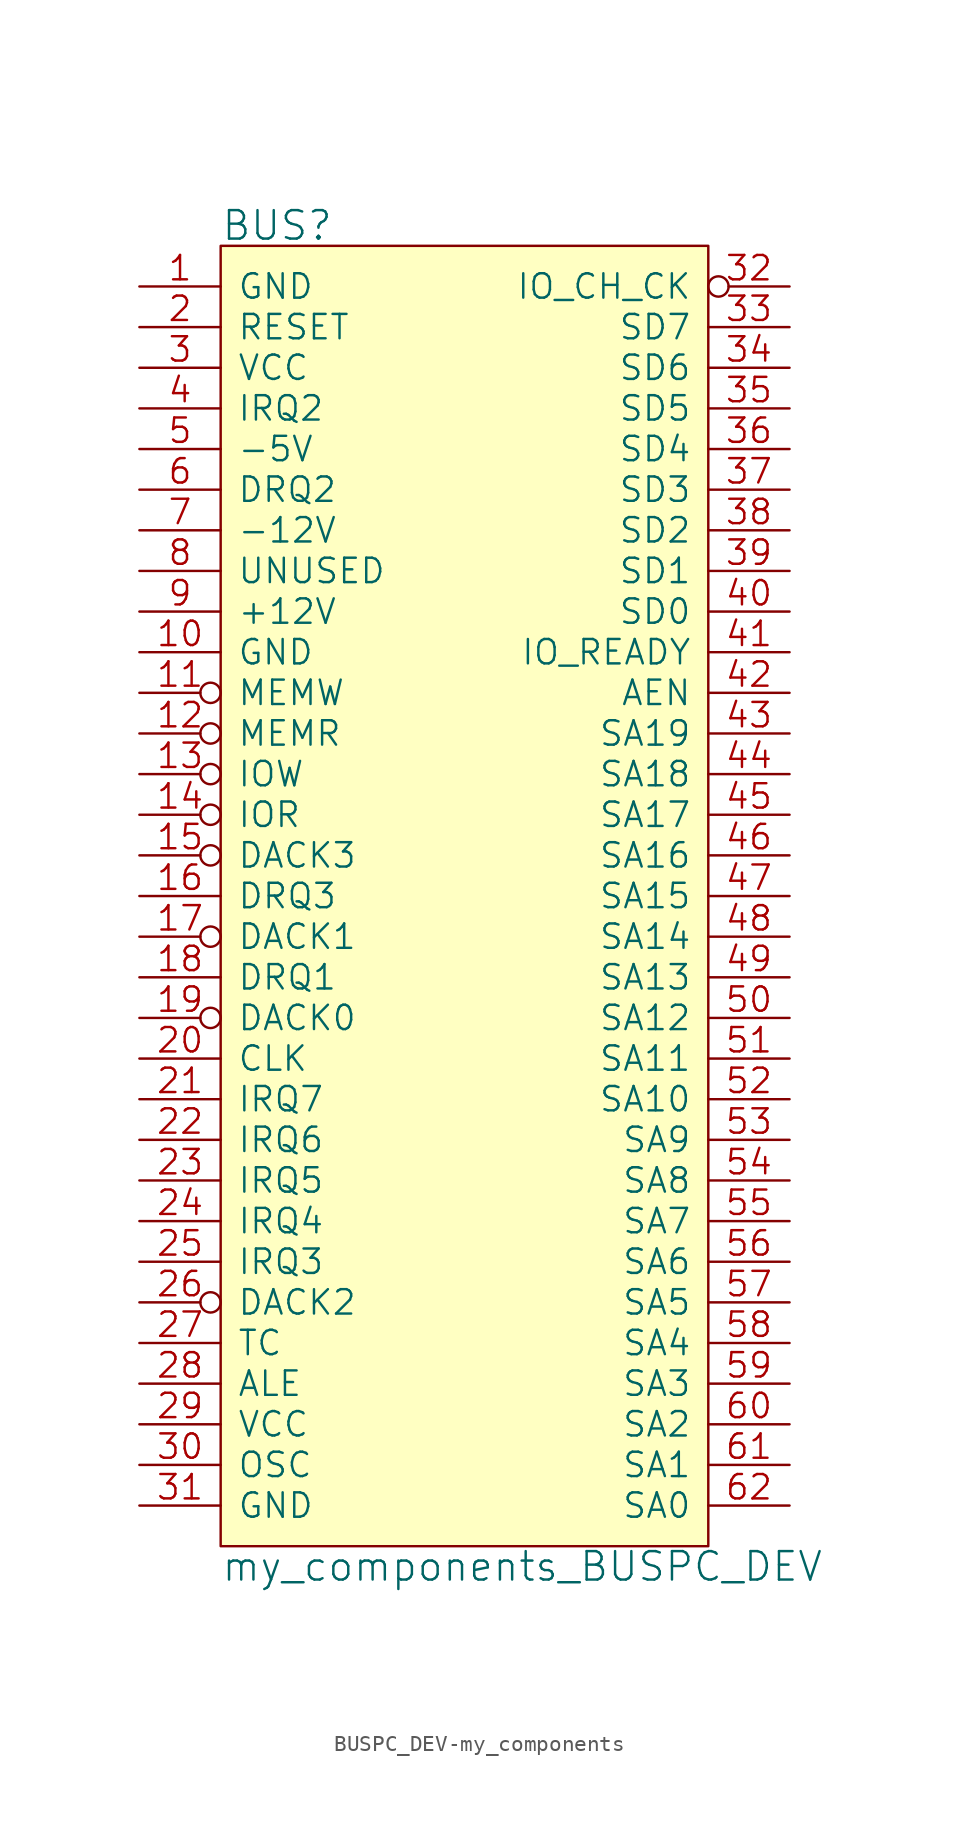
<source format=kicad_sym>
(kicad_symbol_lib
  (version 20220914)
  (generator kicad_symbol_editor)
  (symbol "BUSPC_DEV-my_components"
    (pin_names
      (offset 1.016))
    (property "Reference" "BUS"
      (at -15.24 41.91 0)
      (effects (font (size 1.778 1.778)) (justify left)))
    (property "Value" "my_components_BUSPC_DEV"
      (at -15.24 -41.91 0)
      (effects (font (size 1.778 1.778)) (justify left)))
    (property "Footprint" ""
      (at 0 0 0)
      (effects (font (size 1.524 1.524))))
    (property "Datasheet" ""
      (at 0 0 0)
      (effects (font (size 1.524 1.524))))
    (symbol "BUSPC_DEV-my_components_0_1"
      (rectangle (start -15.24 -40.64) (end 15.24 40.64) (stroke (width 0) (type solid)) (fill (type background))))
    (symbol "BUSPC_DEV-my_components_1_1"
      (pin power_out line (at -20.32 38.1 0) (length 5.08) (name "GND" (effects (font (size 1.524 1.524)))) (number "1" (effects (font (size 1.524 1.524)))))
      (pin power_in line (at -20.32 15.24 0) (length 5.08) (name "GND" (effects (font (size 1.524 1.524)))) (number "10" (effects (font (size 1.524 1.524)))))
      (pin output inverted (at -20.32 12.7 0) (length 5.08) (name "MEMW" (effects (font (size 1.524 1.524)))) (number "11" (effects (font (size 1.524 1.524)))))
      (pin output inverted (at -20.32 10.16 0) (length 5.08) (name "MEMR" (effects (font (size 1.524 1.524)))) (number "12" (effects (font (size 1.524 1.524)))))
      (pin output inverted (at -20.32 7.62 0) (length 5.08) (name "IOW" (effects (font (size 1.524 1.524)))) (number "13" (effects (font (size 1.524 1.524)))))
      (pin output inverted (at -20.32 5.08 0) (length 5.08) (name "IOR" (effects (font (size 1.524 1.524)))) (number "14" (effects (font (size 1.524 1.524)))))
      (pin output inverted (at -20.32 2.54 0) (length 5.08) (name "DACK3" (effects (font (size 1.524 1.524)))) (number "15" (effects (font (size 1.524 1.524)))))
      (pin input line (at -20.32 0 0) (length 5.08) (name "DRQ3" (effects (font (size 1.524 1.524)))) (number "16" (effects (font (size 1.524 1.524)))))
      (pin output inverted (at -20.32 -2.54 0) (length 5.08) (name "DACK1" (effects (font (size 1.524 1.524)))) (number "17" (effects (font (size 1.524 1.524)))))
      (pin input line (at -20.32 -5.08 0) (length 5.08) (name "DRQ1" (effects (font (size 1.524 1.524)))) (number "18" (effects (font (size 1.524 1.524)))))
      (pin output inverted (at -20.32 -7.62 0) (length 5.08) (name "DACK0" (effects (font (size 1.524 1.524)))) (number "19" (effects (font (size 1.524 1.524)))))
      (pin output line (at -20.32 35.56 0) (length 5.08) (name "RESET" (effects (font (size 1.524 1.524)))) (number "2" (effects (font (size 1.524 1.524)))))
      (pin output line (at -20.32 -10.16 0) (length 5.08) (name "CLK" (effects (font (size 1.524 1.524)))) (number "20" (effects (font (size 1.524 1.524)))))
      (pin input line (at -20.32 -12.7 0) (length 5.08) (name "IRQ7" (effects (font (size 1.524 1.524)))) (number "21" (effects (font (size 1.524 1.524)))))
      (pin input line (at -20.32 -15.24 0) (length 5.08) (name "IRQ6" (effects (font (size 1.524 1.524)))) (number "22" (effects (font (size 1.524 1.524)))))
      (pin input line (at -20.32 -17.78 0) (length 5.08) (name "IRQ5" (effects (font (size 1.524 1.524)))) (number "23" (effects (font (size 1.524 1.524)))))
      (pin input line (at -20.32 -20.32 0) (length 5.08) (name "IRQ4" (effects (font (size 1.524 1.524)))) (number "24" (effects (font (size 1.524 1.524)))))
      (pin input line (at -20.32 -22.86 0) (length 5.08) (name "IRQ3" (effects (font (size 1.524 1.524)))) (number "25" (effects (font (size 1.524 1.524)))))
      (pin output inverted (at -20.32 -25.4 0) (length 5.08) (name "DACK2" (effects (font (size 1.524 1.524)))) (number "26" (effects (font (size 1.524 1.524)))))
      (pin output line (at -20.32 -27.94 0) (length 5.08) (name "TC" (effects (font (size 1.524 1.524)))) (number "27" (effects (font (size 1.524 1.524)))))
      (pin output line (at -20.32 -30.48 0) (length 5.08) (name "ALE" (effects (font (size 1.524 1.524)))) (number "28" (effects (font (size 1.524 1.524)))))
      (pin power_in line (at -20.32 -33.02 0) (length 5.08) (name "VCC" (effects (font (size 1.524 1.524)))) (number "29" (effects (font (size 1.524 1.524)))))
      (pin power_out line (at -20.32 33.02 0) (length 5.08) (name "VCC" (effects (font (size 1.524 1.524)))) (number "3" (effects (font (size 1.524 1.524)))))
      (pin output line (at -20.32 -35.56 0) (length 5.08) (name "OSC" (effects (font (size 1.524 1.524)))) (number "30" (effects (font (size 1.524 1.524)))))
      (pin power_in line (at -20.32 -38.1 0) (length 5.08) (name "GND" (effects (font (size 1.524 1.524)))) (number "31" (effects (font (size 1.524 1.524)))))
      (pin input inverted (at 20.32 38.1 180) (length 5.08) (name "IO_CH_CK" (effects (font (size 1.524 1.524)))) (number "32" (effects (font (size 1.524 1.524)))))
      (pin bidirectional line (at 20.32 35.56 180) (length 5.08) (name "SD7" (effects (font (size 1.524 1.524)))) (number "33" (effects (font (size 1.524 1.524)))))
      (pin bidirectional line (at 20.32 33.02 180) (length 5.08) (name "SD6" (effects (font (size 1.524 1.524)))) (number "34" (effects (font (size 1.524 1.524)))))
      (pin bidirectional line (at 20.32 30.48 180) (length 5.08) (name "SD5" (effects (font (size 1.524 1.524)))) (number "35" (effects (font (size 1.524 1.524)))))
      (pin bidirectional line (at 20.32 27.94 180) (length 5.08) (name "SD4" (effects (font (size 1.524 1.524)))) (number "36" (effects (font (size 1.524 1.524)))))
      (pin bidirectional line (at 20.32 25.4 180) (length 5.08) (name "SD3" (effects (font (size 1.524 1.524)))) (number "37" (effects (font (size 1.524 1.524)))))
      (pin bidirectional line (at 20.32 22.86 180) (length 5.08) (name "SD2" (effects (font (size 1.524 1.524)))) (number "38" (effects (font (size 1.524 1.524)))))
      (pin bidirectional line (at 20.32 20.32 180) (length 5.08) (name "SD1" (effects (font (size 1.524 1.524)))) (number "39" (effects (font (size 1.524 1.524)))))
      (pin input line (at -20.32 30.48 0) (length 5.08) (name "IRQ2" (effects (font (size 1.524 1.524)))) (number "4" (effects (font (size 1.524 1.524)))))
      (pin bidirectional line (at 20.32 17.78 180) (length 5.08) (name "SD0" (effects (font (size 1.524 1.524)))) (number "40" (effects (font (size 1.524 1.524)))))
      (pin input line (at 20.32 15.24 180) (length 5.08) (name "IO_READY" (effects (font (size 1.524 1.524)))) (number "41" (effects (font (size 1.524 1.524)))))
      (pin output line (at 20.32 12.7 180) (length 5.08) (name "AEN" (effects (font (size 1.524 1.524)))) (number "42" (effects (font (size 1.524 1.524)))))
      (pin output line (at 20.32 10.16 180) (length 5.08) (name "SA19" (effects (font (size 1.524 1.524)))) (number "43" (effects (font (size 1.524 1.524)))))
      (pin output line (at 20.32 7.62 180) (length 5.08) (name "SA18" (effects (font (size 1.524 1.524)))) (number "44" (effects (font (size 1.524 1.524)))))
      (pin output line (at 20.32 5.08 180) (length 5.08) (name "SA17" (effects (font (size 1.524 1.524)))) (number "45" (effects (font (size 1.524 1.524)))))
      (pin output line (at 20.32 2.54 180) (length 5.08) (name "SA16" (effects (font (size 1.524 1.524)))) (number "46" (effects (font (size 1.524 1.524)))))
      (pin output line (at 20.32 0 180) (length 5.08) (name "SA15" (effects (font (size 1.524 1.524)))) (number "47" (effects (font (size 1.524 1.524)))))
      (pin output line (at 20.32 -2.54 180) (length 5.08) (name "SA14" (effects (font (size 1.524 1.524)))) (number "48" (effects (font (size 1.524 1.524)))))
      (pin output line (at 20.32 -5.08 180) (length 5.08) (name "SA13" (effects (font (size 1.524 1.524)))) (number "49" (effects (font (size 1.524 1.524)))))
      (pin power_out line (at -20.32 27.94 0) (length 5.08) (name "-5V" (effects (font (size 1.524 1.524)))) (number "5" (effects (font (size 1.524 1.524)))))
      (pin output line (at 20.32 -7.62 180) (length 5.08) (name "SA12" (effects (font (size 1.524 1.524)))) (number "50" (effects (font (size 1.524 1.524)))))
      (pin output line (at 20.32 -10.16 180) (length 5.08) (name "SA11" (effects (font (size 1.524 1.524)))) (number "51" (effects (font (size 1.524 1.524)))))
      (pin output line (at 20.32 -12.7 180) (length 5.08) (name "SA10" (effects (font (size 1.524 1.524)))) (number "52" (effects (font (size 1.524 1.524)))))
      (pin output line (at 20.32 -15.24 180) (length 5.08) (name "SA9" (effects (font (size 1.524 1.524)))) (number "53" (effects (font (size 1.524 1.524)))))
      (pin output line (at 20.32 -17.78 180) (length 5.08) (name "SA8" (effects (font (size 1.524 1.524)))) (number "54" (effects (font (size 1.524 1.524)))))
      (pin output line (at 20.32 -20.32 180) (length 5.08) (name "SA7" (effects (font (size 1.524 1.524)))) (number "55" (effects (font (size 1.524 1.524)))))
      (pin output line (at 20.32 -22.86 180) (length 5.08) (name "SA6" (effects (font (size 1.524 1.524)))) (number "56" (effects (font (size 1.524 1.524)))))
      (pin output line (at 20.32 -25.4 180) (length 5.08) (name "SA5" (effects (font (size 1.524 1.524)))) (number "57" (effects (font (size 1.524 1.524)))))
      (pin output line (at 20.32 -27.94 180) (length 5.08) (name "SA4" (effects (font (size 1.524 1.524)))) (number "58" (effects (font (size 1.524 1.524)))))
      (pin output line (at 20.32 -30.48 180) (length 5.08) (name "SA3" (effects (font (size 1.524 1.524)))) (number "59" (effects (font (size 1.524 1.524)))))
      (pin input line (at -20.32 25.4 0) (length 5.08) (name "DRQ2" (effects (font (size 1.524 1.524)))) (number "6" (effects (font (size 1.524 1.524)))))
      (pin output line (at 20.32 -33.02 180) (length 5.08) (name "SA2" (effects (font (size 1.524 1.524)))) (number "60" (effects (font (size 1.524 1.524)))))
      (pin output line (at 20.32 -35.56 180) (length 5.08) (name "SA1" (effects (font (size 1.524 1.524)))) (number "61" (effects (font (size 1.524 1.524)))))
      (pin output line (at 20.32 -38.1 180) (length 5.08) (name "SA0" (effects (font (size 1.524 1.524)))) (number "62" (effects (font (size 1.524 1.524)))))
      (pin power_out line (at -20.32 22.86 0) (length 5.08) (name "-12V" (effects (font (size 1.524 1.524)))) (number "7" (effects (font (size 1.524 1.524)))))
      (pin passive line (at -20.32 20.32 0) (length 5.08) (name "UNUSED" (effects (font (size 1.524 1.524)))) (number "8" (effects (font (size 1.524 1.524)))))
      (pin power_out line (at -20.32 17.78 0) (length 5.08) (name "+12V" (effects (font (size 1.524 1.524)))) (number "9" (effects (font (size 1.524 1.524))))))))
</source>
